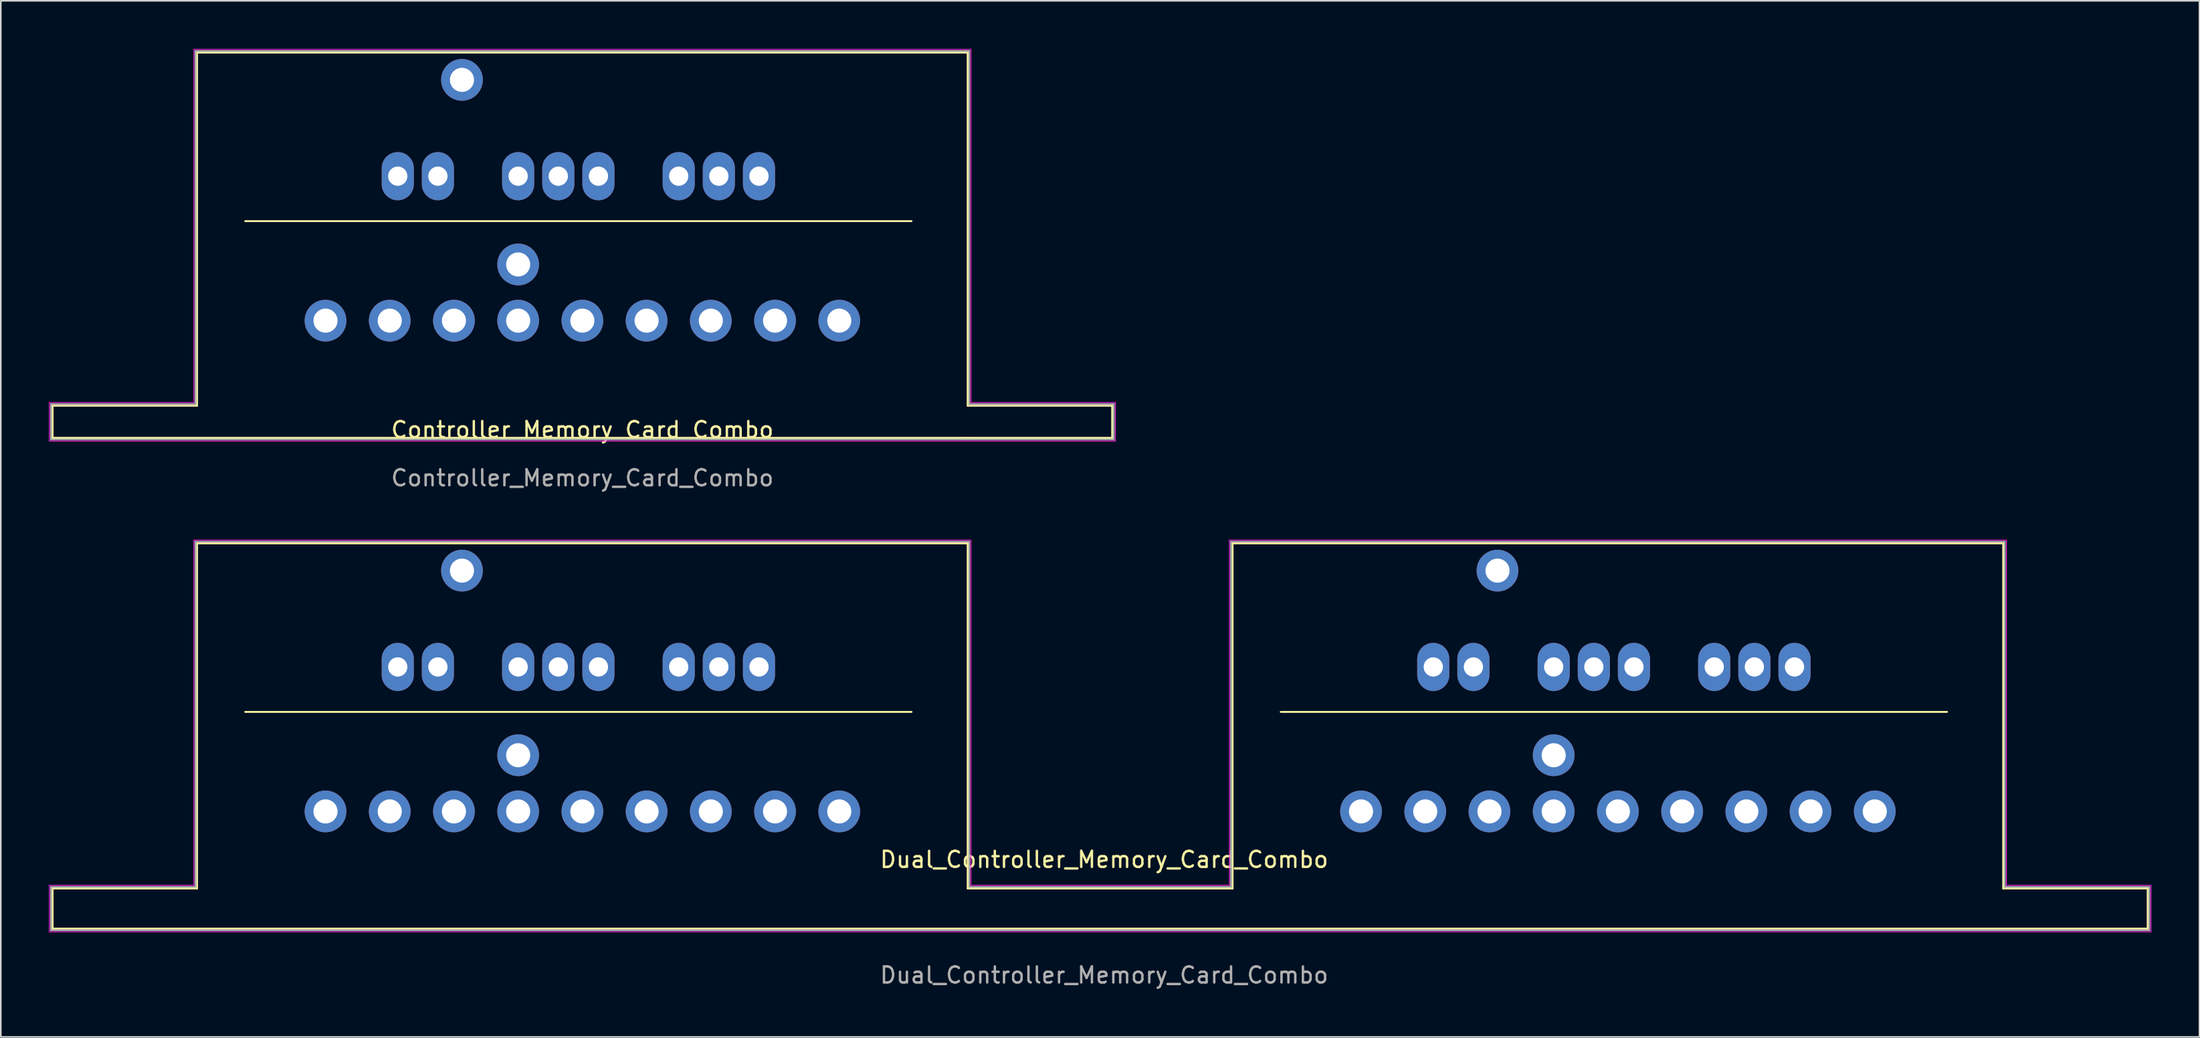
<source format=kicad_pcb>
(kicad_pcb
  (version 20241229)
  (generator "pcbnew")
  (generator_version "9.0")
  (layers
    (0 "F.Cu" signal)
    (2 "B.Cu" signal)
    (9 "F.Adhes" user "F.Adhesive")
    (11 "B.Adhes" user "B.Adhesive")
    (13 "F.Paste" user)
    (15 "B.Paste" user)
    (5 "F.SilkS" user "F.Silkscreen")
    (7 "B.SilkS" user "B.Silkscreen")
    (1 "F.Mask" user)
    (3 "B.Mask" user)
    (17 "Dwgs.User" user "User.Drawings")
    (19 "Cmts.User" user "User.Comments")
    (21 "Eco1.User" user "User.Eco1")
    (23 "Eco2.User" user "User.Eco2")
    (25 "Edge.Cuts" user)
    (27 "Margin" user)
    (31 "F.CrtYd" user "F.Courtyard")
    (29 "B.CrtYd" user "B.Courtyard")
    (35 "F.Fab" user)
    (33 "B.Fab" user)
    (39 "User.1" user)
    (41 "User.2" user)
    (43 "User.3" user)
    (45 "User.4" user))
  (footprint "Dual_Controller_Memory_Card_Combo"
    (layer "F.Cu")
    (at 65.725 55.198)
    (property "Reference" "Dual_Controller_Memory_Card_Combo" (at 0 -4.7 0) (unlocked yes) (layer "F.SilkS") (effects (font (size 1 1) (thickness 0.15))))
    (attr through_hole)
    (fp_line (start -65.5 -2.9) (end -65.5 -0.4) (stroke (width 0.12) (type default)) (layer "F.SilkS"))
    (fp_line (start -65.5 -0.4) (end -8.5 -0.4) (stroke (width 0.12) (type default)) (layer "F.SilkS"))
    (fp_line (start -56.5 -24.4) (end -56.5 -2.9) (stroke (width 0.12) (type default)) (layer "F.SilkS"))
    (fp_line (start -56.5 -2.9) (end -65.5 -2.9) (stroke (width 0.12) (type default)) (layer "F.SilkS"))
    (fp_line (start -12 -13.9) (end -53.5 -13.9) (stroke (width 0.12) (type default)) (layer "F.SilkS"))
    (fp_line (start -8.5 -24.4) (end -56.5 -24.4) (stroke (width 0.12) (type default)) (layer "F.SilkS"))
    (fp_line (start -8.5 -2.9) (end -8.5 -24.4) (stroke (width 0.12) (type default)) (layer "F.SilkS"))
    (fp_line (start -8.5 -0.4) (end 0.5 -0.4) (stroke (width 0.12) (type default)) (layer "F.SilkS"))
    (fp_line (start 0.5 -2.9) (end -8.5 -2.9) (stroke (width 0.12) (type default)) (layer "F.SilkS"))
    (fp_line (start 0.5 -0.4) (end 56 -0.4) (stroke (width 0.12) (type default)) (layer "F.SilkS"))
    (fp_line (start 8 -24.4) (end 8 -2.9) (stroke (width 0.12) (type default)) (layer "F.SilkS"))
    (fp_line (start 8 -2.9) (end 0.5 -2.9) (stroke (width 0.12) (type default)) (layer "F.SilkS"))
    (fp_line (start 52.5 -13.9) (end 11 -13.9) (stroke (width 0.12) (type default)) (layer "F.SilkS"))
    (fp_line (start 56 -24.4) (end 8 -24.4) (stroke (width 0.12) (type default)) (layer "F.SilkS"))
    (fp_line (start 56 -2.9) (end 56 -24.4) (stroke (width 0.12) (type default)) (layer "F.SilkS"))
    (fp_line (start 56 -0.4) (end 65 -0.4) (stroke (width 0.12) (type default)) (layer "F.SilkS"))
    (fp_line (start 65 -2.9) (end 56 -2.9) (stroke (width 0.12) (type default)) (layer "F.SilkS"))
    (fp_line (start 65 -0.4) (end 65 -2.9) (stroke (width 0.12) (type default)) (layer "F.SilkS"))
    (fp_line (start -65.7 -3.1) (end -56.7 -3.1) (stroke (width 0.05) (type default)) (layer "F.CrtYd"))
    (fp_line (start -65.7 -0.2) (end -65.7 -3.1) (stroke (width 0.05) (type default)) (layer "F.CrtYd"))
    (fp_line (start -56.7 -24.6) (end -8.3 -24.6) (stroke (width 0.05) (type default)) (layer "F.CrtYd"))
    (fp_line (start -56.7 -3.1) (end -56.7 -24.6) (stroke (width 0.05) (type default)) (layer "F.CrtYd"))
    (fp_line (start -8.3 -24.6) (end -8.3 -3.1) (stroke (width 0.05) (type default)) (layer "F.CrtYd"))
    (fp_line (start -8.3 -3.1) (end 0.7 -3.1) (stroke (width 0.05) (type default)) (layer "F.CrtYd"))
    (fp_line (start 0.7 -3.1) (end 7.8 -3.1) (stroke (width 0.05) (type default)) (layer "F.CrtYd"))
    (fp_line (start 7.8 -24.6) (end 56.2 -24.6) (stroke (width 0.05) (type default)) (layer "F.CrtYd"))
    (fp_line (start 7.8 -3.1) (end 7.8 -24.6) (stroke (width 0.05) (type default)) (layer "F.CrtYd"))
    (fp_line (start 56.2 -24.6) (end 56.2 -3.1) (stroke (width 0.05) (type default)) (layer "F.CrtYd"))
    (fp_line (start 56.2 -3.1) (end 65.2 -3.1) (stroke (width 0.05) (type default)) (layer "F.CrtYd"))
    (fp_line (start 65.2 -3.1) (end 65.2 -0.2) (stroke (width 0.05) (type default)) (layer "F.CrtYd"))
    (fp_line (start 65.2 -0.2) (end -65.7 -0.2) (stroke (width 0.05) (type default)) (layer "F.CrtYd"))
    (fp_line (start -65.6 -3) (end -56.6 -3) (stroke (width 0.1) (type default)) (layer "F.Fab"))
    (fp_line (start -65.6 -0.3) (end -65.6 -3) (stroke (width 0.1) (type default)) (layer "F.Fab"))
    (fp_line (start -56.6 -24.5) (end -8.4 -24.5) (stroke (width 0.1) (type default)) (layer "F.Fab"))
    (fp_line (start -56.6 -3) (end -56.6 -24.5) (stroke (width 0.1) (type default)) (layer "F.Fab"))
    (fp_line (start -8.4 -24.5) (end -8.4 -3) (stroke (width 0.1) (type default)) (layer "F.Fab"))
    (fp_line (start -8.4 -3) (end 0.6 -3) (stroke (width 0.1) (type default)) (layer "F.Fab"))
    (fp_line (start 0.6 -3) (end 7.9 -3) (stroke (width 0.1) (type default)) (layer "F.Fab"))
    (fp_line (start 0.6 -0.3) (end -65.6 -0.3) (stroke (width 0.1) (type default)) (layer "F.Fab"))
    (fp_line (start 7.9 -24.5) (end 56.1 -24.5) (stroke (width 0.1) (type default)) (layer "F.Fab"))
    (fp_line (start 7.9 -3) (end 7.9 -24.5) (stroke (width 0.1) (type default)) (layer "F.Fab"))
    (fp_line (start 56.1 -24.5) (end 56.1 -3) (stroke (width 0.1) (type default)) (layer "F.Fab"))
    (fp_line (start 56.1 -3) (end 65.1 -3) (stroke (width 0.1) (type default)) (layer "F.Fab"))
    (fp_line (start 65.1 -3) (end 65.1 -0.3) (stroke (width 0.1) (type default)) (layer "F.Fab"))
    (fp_line (start 65.1 -0.3) (end 0.6 -0.3) (stroke (width 0.1) (type default)) (layer "F.Fab"))
    (fp_text user "${REFERENCE}" (at 0 2.5 0) (unlocked yes) (layer "F.Fab") (effects (font (size 1 1) (thickness 0.15))))
    (pad "A1" thru_hole circle (at 48 -7.7) (size 2.6 2.6) (drill 1.5) (layers "*.Cu" "*.Mask"))
    (pad "A2" thru_hole circle (at 44 -7.7) (size 2.6 2.6) (drill 1.5) (layers "*.Cu" "*.Mask"))
    (pad "A3" thru_hole circle (at 40 -7.7) (size 2.6 2.6) (drill 1.5) (layers "*.Cu" "*.Mask"))
    (pad "A4" thru_hole circle (at 36 -7.7) (size 2.6 2.6) (drill 1.5) (layers "*.Cu" "*.Mask"))
    (pad "A5" thru_hole circle (at 32 -7.7) (size 2.6 2.6) (drill 1.5) (layers "*.Cu" "*.Mask"))
    (pad "A6" thru_hole circle (at 28 -7.7) (size 2.6 2.6) (drill 1.5) (layers "*.Cu" "*.Mask"))
    (pad "A7" thru_hole circle (at 24 -7.7) (size 2.6 2.6) (drill 1.5) (layers "*.Cu" "*.Mask"))
    (pad "A8" thru_hole circle (at 20 -7.7) (size 2.6 2.6) (drill 1.5) (layers "*.Cu" "*.Mask"))
    (pad "A9" thru_hole circle (at 16 -7.7) (size 2.6 2.6) (drill 1.5) (layers "*.Cu" "*.Mask"))
    (pad "A10" thru_hole oval (at 43 -16.7) (size 2 3) (drill 1.2) (layers "*.Cu" "*.Mask"))
    (pad "A11" thru_hole oval (at 40.5 -16.7) (size 2 3) (drill 1.2) (layers "*.Cu" "*.Mask"))
    (pad "A12" thru_hole oval (at 38 -16.7) (size 2 3) (drill 1.2) (layers "*.Cu" "*.Mask"))
    (pad "A13" thru_hole oval (at 33 -16.7) (size 2 3) (drill 1.2) (layers "*.Cu" "*.Mask"))
    (pad "A14" thru_hole oval (at 30.5 -16.7) (size 2 3) (drill 1.2) (layers "*.Cu" "*.Mask"))
    (pad "A15" thru_hole oval (at 28 -16.7) (size 2 3) (drill 1.2) (layers "*.Cu" "*.Mask"))
    (pad "A16" thru_hole oval (at 23 -16.7) (size 2 3) (drill 1.2) (layers "*.Cu" "*.Mask"))
    (pad "A17" thru_hole oval (at 20.5 -16.7) (size 2 3) (drill 1.2) (layers "*.Cu" "*.Mask"))
    (pad "B1" thru_hole circle (at -16.5 -7.7) (size 2.6 2.6) (drill 1.5) (layers "*.Cu" "*.Mask"))
    (pad "B2" thru_hole circle (at -20.5 -7.7) (size 2.6 2.6) (drill 1.5) (layers "*.Cu" "*.Mask"))
    (pad "B3" thru_hole circle (at -24.5 -7.7) (size 2.6 2.6) (drill 1.5) (layers "*.Cu" "*.Mask"))
    (pad "B4" thru_hole circle (at -28.5 -7.7) (size 2.6 2.6) (drill 1.5) (layers "*.Cu" "*.Mask"))
    (pad "B5" thru_hole circle (at -32.5 -7.7) (size 2.6 2.6) (drill 1.5) (layers "*.Cu" "*.Mask"))
    (pad "B6" thru_hole circle (at -36.5 -7.7) (size 2.6 2.6) (drill 1.5) (layers "*.Cu" "*.Mask"))
    (pad "B7" thru_hole circle (at -40.5 -7.7) (size 2.6 2.6) (drill 1.5) (layers "*.Cu" "*.Mask"))
    (pad "B8" thru_hole circle (at -44.5 -7.7) (size 2.6 2.6) (drill 1.5) (layers "*.Cu" "*.Mask"))
    (pad "B9" thru_hole circle (at -48.5 -7.7) (size 2.6 2.6) (drill 1.5) (layers "*.Cu" "*.Mask"))
    (pad "B10" thru_hole oval (at -21.5 -16.7) (size 2 3) (drill 1.2) (layers "*.Cu" "*.Mask"))
    (pad "B11" thru_hole oval (at -24 -16.7) (size 2 3) (drill 1.2) (layers "*.Cu" "*.Mask"))
    (pad "B12" thru_hole oval (at -26.5 -16.7) (size 2 3) (drill 1.2) (layers "*.Cu" "*.Mask"))
    (pad "B13" thru_hole oval (at -31.5 -16.7) (size 2 3) (drill 1.2) (layers "*.Cu" "*.Mask"))
    (pad "B14" thru_hole oval (at -34 -16.7) (size 2 3) (drill 1.2) (layers "*.Cu" "*.Mask"))
    (pad "B15" thru_hole oval (at -36.5 -16.7) (size 2 3) (drill 1.2) (layers "*.Cu" "*.Mask"))
    (pad "B16" thru_hole oval (at -41.5 -16.7) (size 2 3) (drill 1.2) (layers "*.Cu" "*.Mask"))
    (pad "B17" thru_hole oval (at -44 -16.7) (size 2 3) (drill 1.2) (layers "*.Cu" "*.Mask"))
    (pad "MP" thru_hole circle (at -36.5 -11.2) (size 2.6 2.6) (drill 1.5) (layers "*.Cu" "*.Mask"))
    (pad "MP" thru_hole circle (at 24.5 -22.7) (size 2.6 2.6) (drill 1.5) (layers "*.Cu" "*.Mask"))
    (pad "MP" thru_hole circle (at 28 -11.2) (size 2.6 2.6) (drill 1.5) (layers "*.Cu" "*.Mask"))
    (pad "MP0" thru_hole circle (at -40 -22.7) (size 2.6 2.6) (drill 1.5) (layers "*.Cu" "*.Mask")))
  (footprint "Controller_Memory_Card_Combo"
    (layer "F.Cu")
    (at 33.225 24.225)
    (property "Reference" "Controller_Memory_Card_Combo" (at 0 -0.5 0) (unlocked yes) (layer "F.SilkS") (effects (font (size 1 1) (thickness 0.15))))
    (attr through_hole)
    (fp_line (start -33 -2) (end -33 0) (stroke (width 0.12) (type default)) (layer "F.SilkS"))
    (fp_line (start -33 0) (end 24 0) (stroke (width 0.12) (type default)) (layer "F.SilkS"))
    (fp_line (start -24 -24) (end -24 -2) (stroke (width 0.12) (type default)) (layer "F.SilkS"))
    (fp_line (start -24 -2) (end -33 -2) (stroke (width 0.12) (type default)) (layer "F.SilkS"))
    (fp_line (start 20.5 -13.5) (end -21 -13.5) (stroke (width 0.12) (type default)) (layer "F.SilkS"))
    (fp_line (start 24 -24) (end -24 -24) (stroke (width 0.12) (type default)) (layer "F.SilkS"))
    (fp_line (start 24 -2) (end 24 -24) (stroke (width 0.12) (type default)) (layer "F.SilkS"))
    (fp_line (start 24 0) (end 33 0) (stroke (width 0.12) (type default)) (layer "F.SilkS"))
    (fp_line (start 33 -2) (end 24 -2) (stroke (width 0.12) (type default)) (layer "F.SilkS"))
    (fp_line (start 33 0) (end 33 -2) (stroke (width 0.12) (type default)) (layer "F.SilkS"))
    (fp_line (start -33.2 -2.2) (end -24.2 -2.2) (stroke (width 0.05) (type default)) (layer "F.CrtYd"))
    (fp_line (start -33.2 0.2) (end -33.2 -2.2) (stroke (width 0.05) (type default)) (layer "F.CrtYd"))
    (fp_line (start -24.2 -24.2) (end 24.2 -24.2) (stroke (width 0.05) (type default)) (layer "F.CrtYd"))
    (fp_line (start -24.2 -2.2) (end -24.2 -24.2) (stroke (width 0.05) (type default)) (layer "F.CrtYd"))
    (fp_line (start 24.2 -24.2) (end 24.2 -2.2) (stroke (width 0.05) (type default)) (layer "F.CrtYd"))
    (fp_line (start 24.2 -2.2) (end 33.2 -2.2) (stroke (width 0.05) (type default)) (layer "F.CrtYd"))
    (fp_line (start 33.2 -2.2) (end 33.2 0.2) (stroke (width 0.05) (type default)) (layer "F.CrtYd"))
    (fp_line (start 33.2 0.2) (end -33.2 0.2) (stroke (width 0.05) (type default)) (layer "F.CrtYd"))
    (fp_line (start -33.1 -2.1) (end -24.1 -2.1) (stroke (width 0.1) (type default)) (layer "F.Fab"))
    (fp_line (start -33.1 0.1) (end -33.1 -2.1) (stroke (width 0.1) (type default)) (layer "F.Fab"))
    (fp_line (start -24.1 -24.1) (end 24.1 -24.1) (stroke (width 0.1) (type default)) (layer "F.Fab"))
    (fp_line (start -24.1 -2.1) (end -24.1 -24.1) (stroke (width 0.1) (type default)) (layer "F.Fab"))
    (fp_line (start 24.1 -24.1) (end 24.1 -2.1) (stroke (width 0.1) (type default)) (layer "F.Fab"))
    (fp_line (start 24.1 -2.1) (end 33.1 -2.1) (stroke (width 0.1) (type default)) (layer "F.Fab"))
    (fp_line (start 33.1 -2.1) (end 33.1 0.1) (stroke (width 0.1) (type default)) (layer "F.Fab"))
    (fp_line (start 33.1 0.1) (end -33.1 0.1) (stroke (width 0.1) (type default)) (layer "F.Fab"))
    (fp_text user "${REFERENCE}" (at 0 2.5 0) (unlocked yes) (layer "F.Fab") (effects (font (size 1 1) (thickness 0.15))))
    (pad "1" thru_hole circle (at 16 -7.3) (size 2.6 2.6) (drill 1.5) (layers "*.Cu" "*.Mask"))
    (pad "2" thru_hole circle (at 12 -7.3) (size 2.6 2.6) (drill 1.5) (layers "*.Cu" "*.Mask"))
    (pad "3" thru_hole circle (at 8 -7.3) (size 2.6 2.6) (drill 1.5) (layers "*.Cu" "*.Mask"))
    (pad "4" thru_hole circle (at 4 -7.3) (size 2.6 2.6) (drill 1.5) (layers "*.Cu" "*.Mask"))
    (pad "5" thru_hole circle (at 0 -7.3) (size 2.6 2.6) (drill 1.5) (layers "*.Cu" "*.Mask"))
    (pad "6" thru_hole circle (at -4 -7.3) (size 2.6 2.6) (drill 1.5) (layers "*.Cu" "*.Mask"))
    (pad "7" thru_hole circle (at -8 -7.3) (size 2.6 2.6) (drill 1.5) (layers "*.Cu" "*.Mask"))
    (pad "8" thru_hole circle (at -12 -7.3) (size 2.6 2.6) (drill 1.5) (layers "*.Cu" "*.Mask"))
    (pad "9" thru_hole circle (at -16 -7.3) (size 2.6 2.6) (drill 1.5) (layers "*.Cu" "*.Mask"))
    (pad "10" thru_hole oval (at 11 -16.3) (size 2 3) (drill 1.2) (layers "*.Cu" "*.Mask"))
    (pad "11" thru_hole oval (at 8.5 -16.3) (size 2 3) (drill 1.2) (layers "*.Cu" "*.Mask"))
    (pad "12" thru_hole oval (at 6 -16.3) (size 2 3) (drill 1.2) (layers "*.Cu" "*.Mask"))
    (pad "13" thru_hole oval (at 1 -16.3) (size 2 3) (drill 1.2) (layers "*.Cu" "*.Mask"))
    (pad "14" thru_hole oval (at -1.5 -16.3) (size 2 3) (drill 1.2) (layers "*.Cu" "*.Mask"))
    (pad "15" thru_hole oval (at -4 -16.3) (size 2 3) (drill 1.2) (layers "*.Cu" "*.Mask"))
    (pad "16" thru_hole oval (at -9 -16.3) (size 2 3) (drill 1.2) (layers "*.Cu" "*.Mask"))
    (pad "17" thru_hole oval (at -11.5 -16.3) (size 2 3) (drill 1.2) (layers "*.Cu" "*.Mask"))
    (pad "MP" thru_hole circle (at -7.5 -22.3) (size 2.6 2.6) (drill 1.5) (layers "*.Cu" "*.Mask"))
    (pad "MP" thru_hole circle (at -4 -10.8) (size 2.6 2.6) (drill 1.5) (layers "*.Cu" "*.Mask")))
  (gr_rect
    (start -3 -3)
    (end 133.95 61.547)
    (stroke (width 0.1) (type default))
    (fill no)
    (layer "Edge.Cuts")))
</source>
